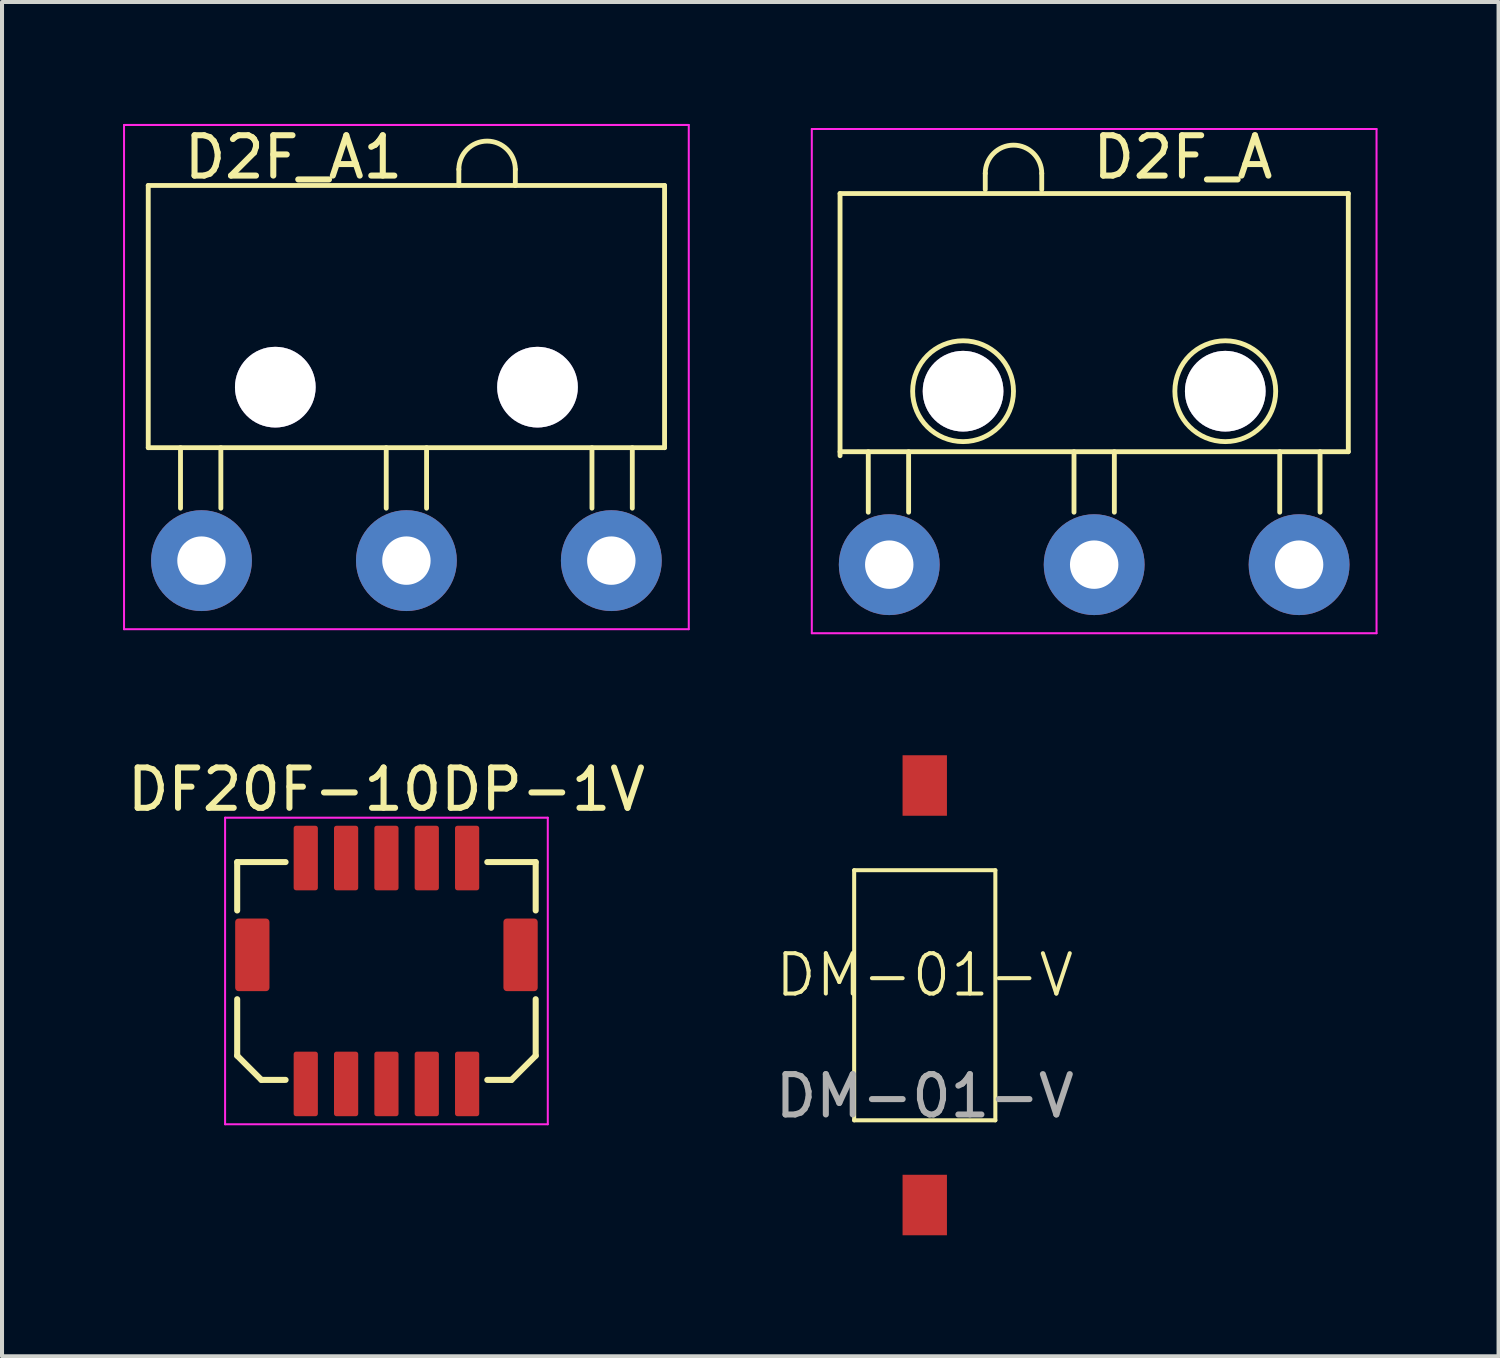
<source format=kicad_pcb>
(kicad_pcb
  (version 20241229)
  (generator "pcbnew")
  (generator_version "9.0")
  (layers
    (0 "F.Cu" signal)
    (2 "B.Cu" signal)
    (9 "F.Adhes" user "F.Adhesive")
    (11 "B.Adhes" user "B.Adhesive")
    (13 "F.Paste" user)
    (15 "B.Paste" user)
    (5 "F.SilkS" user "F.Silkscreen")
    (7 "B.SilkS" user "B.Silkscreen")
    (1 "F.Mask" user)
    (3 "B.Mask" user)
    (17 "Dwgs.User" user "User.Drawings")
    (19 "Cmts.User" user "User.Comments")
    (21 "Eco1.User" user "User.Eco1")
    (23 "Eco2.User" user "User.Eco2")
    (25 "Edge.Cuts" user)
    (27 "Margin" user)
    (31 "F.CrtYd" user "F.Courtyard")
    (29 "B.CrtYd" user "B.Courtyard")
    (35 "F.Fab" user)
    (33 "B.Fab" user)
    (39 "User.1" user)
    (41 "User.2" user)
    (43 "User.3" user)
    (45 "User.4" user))
  (footprint "D2F_A"
    (layer "F.Cu")
    (at 24.075 8.148)
    (property "Reference" "D2F_A" (at 2.2 -7.3 180) (layer "F.SilkS") (effects (font (size 1 1) (thickness 0.15))))
    (attr through_hole)
    (fp_line (start -6.3 -6.4) (end 6.3 -6.4) (stroke (width 0.12) (type solid)) (layer "F.SilkS"))
    (fp_line (start -6.3 0.1) (end -6.3 -6.4) (stroke (width 0.12) (type solid)) (layer "F.SilkS"))
    (fp_line (start -5.6 0) (end -5.6 1.5) (stroke (width 0.12) (type solid)) (layer "F.SilkS"))
    (fp_line (start -4.6 0) (end -4.6 1.5) (stroke (width 0.12) (type solid)) (layer "F.SilkS"))
    (fp_line (start -2.7 -6.9) (end -2.7 -6.5) (stroke (width 0.12) (type solid)) (layer "F.SilkS"))
    (fp_line (start -1.3 -6.9) (end -1.3 -6.5) (stroke (width 0.12) (type solid)) (layer "F.SilkS"))
    (fp_line (start -0.5 0) (end -0.5 1.5) (stroke (width 0.12) (type solid)) (layer "F.SilkS"))
    (fp_line (start 0.5 0) (end 0.5 1.5) (stroke (width 0.12) (type solid)) (layer "F.SilkS"))
    (fp_line (start 4.6 0) (end 4.6 1.5) (stroke (width 0.12) (type solid)) (layer "F.SilkS"))
    (fp_line (start 5.6 0) (end 5.6 1.5) (stroke (width 0.12) (type solid)) (layer "F.SilkS"))
    (fp_line (start 6.3 -6.4) (end 6.3 0) (stroke (width 0.12) (type solid)) (layer "F.SilkS"))
    (fp_line (start 6.3 0) (end -6.3 0) (stroke (width 0.12) (type solid)) (layer "F.SilkS"))
    (fp_arc (start -2.7 -6.9) (mid -2 -7.6) (end -1.3 -6.9) (stroke (width 0.12) (type solid)) (layer "F.SilkS"))
    (fp_circle (center -3.25 -1.5) (end -2 -1.5) (stroke (width 0.12) (type solid)) (fill no) (layer "F.SilkS"))
    (fp_circle (center 3.25 -1.5) (end 4.5 -1.5) (stroke (width 0.12) (type solid)) (fill no) (layer "F.SilkS"))
    (fp_line (start -7 -8) (end 7 -8) (stroke (width 0.05) (type solid)) (layer "F.CrtYd"))
    (fp_line (start -7 4.5) (end -7 -8) (stroke (width 0.05) (type solid)) (layer "F.CrtYd"))
    (fp_line (start 7 -8) (end 7 4.5) (stroke (width 0.05) (type solid)) (layer "F.CrtYd"))
    (fp_line (start 7 4.5) (end -7 4.5) (stroke (width 0.05) (type solid)) (layer "F.CrtYd"))
    (pad "" thru_hole circle (at -3.25 -1.5) (size 2 2) (drill 2) (layers "*.Cu" "*.Mask"))
    (pad "" thru_hole circle (at 3.25 -1.5) (size 2 2) (drill 2) (layers "*.Cu" "*.Mask"))
    (pad "1" thru_hole circle (at 5.08 2.8) (size 2.5 2.5) (drill 1.2) (layers "*.Cu" "*.Mask"))
    (pad "2" thru_hole circle (at -5.08 2.8) (size 2.5 2.5) (drill 1.2) (layers "*.Cu" "*.Mask"))
    (pad "3" thru_hole circle (at 0 2.8) (size 2.5 2.5) (drill 1.2) (layers "*.Cu" "*.Mask")))
  (footprint "DF20F-10DP-1V"
    (layer "F.Cu")
    (at 6.53 21.021)
    (property "Reference" "DF20F-10DP-1V" (at 0 -4.5 0) (layer "F.SilkS") (effects (font (size 1 1) (thickness 0.15))))
    (attr through_hole)
    (fp_line (start -3.7 -2.7) (end -3.7 -1.5) (stroke (width 0.15) (type solid)) (layer "F.SilkS"))
    (fp_line (start -3.7 -2.7) (end -2.5 -2.7) (stroke (width 0.15) (type solid)) (layer "F.SilkS"))
    (fp_line (start -3.7 2.1) (end -3.7 0.7) (stroke (width 0.15) (type solid)) (layer "F.SilkS"))
    (fp_line (start -3.1 2.7) (end -3.7 2.1) (stroke (width 0.15) (type solid)) (layer "F.SilkS"))
    (fp_line (start -3.1 2.7) (end -2.5 2.7) (stroke (width 0.15) (type solid)) (layer "F.SilkS"))
    (fp_line (start 3.1 2.7) (end 2.5 2.7) (stroke (width 0.15) (type solid)) (layer "F.SilkS"))
    (fp_line (start 3.1 2.7) (end 3.7 2.1) (stroke (width 0.15) (type solid)) (layer "F.SilkS"))
    (fp_line (start 3.7 -2.7) (end 2.5 -2.7) (stroke (width 0.15) (type solid)) (layer "F.SilkS"))
    (fp_line (start 3.7 -2.7) (end 3.7 -1.5) (stroke (width 0.15) (type solid)) (layer "F.SilkS"))
    (fp_line (start 3.7 2.1) (end 3.7 0.7) (stroke (width 0.15) (type solid)) (layer "F.SilkS"))
    (fp_line (start -4 -3.8) (end 4 -3.8) (stroke (width 0.05) (type solid)) (layer "F.CrtYd"))
    (fp_line (start -4 3.8) (end -4 -3.8) (stroke (width 0.05) (type solid)) (layer "F.CrtYd"))
    (fp_line (start 4 -3.8) (end 4 3.8) (stroke (width 0.05) (type solid)) (layer "F.CrtYd"))
    (fp_line (start 4 3.8) (end -4 3.8) (stroke (width 0.05) (type solid)) (layer "F.CrtYd"))
    (pad "1" smd roundrect (at -2 -2.8) (size 0.6 1.6) (layers "F.Cu" "F.Mask" "F.Paste") (roundrect_rratio 0.1))
    (pad "2" smd roundrect (at -2 2.8) (size 0.6 1.6) (layers "F.Cu" "F.Mask" "F.Paste") (roundrect_rratio 0.1))
    (pad "3" smd roundrect (at -1 -2.8) (size 0.6 1.6) (layers "F.Cu" "F.Mask" "F.Paste") (roundrect_rratio 0.1))
    (pad "4" smd roundrect (at -1 2.8) (size 0.6 1.6) (layers "F.Cu" "F.Mask" "F.Paste") (roundrect_rratio 0.1))
    (pad "5" smd roundrect (at 0 -2.8) (size 0.6 1.6) (layers "F.Cu" "F.Mask" "F.Paste") (roundrect_rratio 0.1))
    (pad "6" smd roundrect (at 0 2.8) (size 0.6 1.6) (layers "F.Cu" "F.Mask" "F.Paste") (roundrect_rratio 0.1))
    (pad "7" smd roundrect (at 1 -2.8) (size 0.6 1.6) (layers "F.Cu" "F.Mask" "F.Paste") (roundrect_rratio 0.1))
    (pad "8" smd roundrect (at 1 2.8) (size 0.6 1.6) (layers "F.Cu" "F.Mask" "F.Paste") (roundrect_rratio 0.1))
    (pad "9" smd roundrect (at 2 -2.8) (size 0.6 1.6) (layers "F.Cu" "F.Mask" "F.Paste") (roundrect_rratio 0.1))
    (pad "10" smd roundrect (at 2 2.8) (size 0.6 1.6) (layers "F.Cu" "F.Mask" "F.Paste") (roundrect_rratio 0.1))
    (pad "11" smd roundrect (at -3.325 -0.4) (size 0.85 1.8) (layers "F.Cu" "F.Mask" "F.Paste") (roundrect_rratio 0.1))
    (pad "11" smd roundrect (at 3.325 -0.4) (size 0.85 1.8) (layers "F.Cu" "F.Mask" "F.Paste") (roundrect_rratio 0.1)))
  (footprint "D2F_A1"
    (layer "F.Cu")
    (at 7.025 8.048)
    (property "Reference" "D2F_A1" (at -2.8 -7.2 0) (layer "F.SilkS") (effects (font (size 1 1) (thickness 0.15))))
    (attr through_hole)
    (fp_line (start -6.4 -6.5) (end 6.4 -6.5) (stroke (width 0.12) (type solid)) (layer "F.SilkS"))
    (fp_line (start -6.4 0) (end -6.4 -6.5) (stroke (width 0.12) (type solid)) (layer "F.SilkS"))
    (fp_line (start -5.6 0) (end -5.6 1.5) (stroke (width 0.12) (type solid)) (layer "F.SilkS"))
    (fp_line (start -4.6 0) (end -4.6 1.5) (stroke (width 0.12) (type solid)) (layer "F.SilkS"))
    (fp_line (start -0.5 0) (end -0.5 1.5) (stroke (width 0.12) (type solid)) (layer "F.SilkS"))
    (fp_line (start 0.5 0) (end 0.5 1.5) (stroke (width 0.12) (type solid)) (layer "F.SilkS"))
    (fp_line (start 1.3 -6.9) (end 1.3 -6.5) (stroke (width 0.12) (type solid)) (layer "F.SilkS"))
    (fp_line (start 2.7 -6.9) (end 2.7 -6.5) (stroke (width 0.12) (type solid)) (layer "F.SilkS"))
    (fp_line (start 4.6 0) (end 4.6 1.5) (stroke (width 0.12) (type solid)) (layer "F.SilkS"))
    (fp_line (start 5.6 0) (end 5.6 1.5) (stroke (width 0.12) (type solid)) (layer "F.SilkS"))
    (fp_line (start 6.4 -6.5) (end 6.4 0) (stroke (width 0.12) (type solid)) (layer "F.SilkS"))
    (fp_line (start 6.4 0) (end -6.4 0) (stroke (width 0.12) (type solid)) (layer "F.SilkS"))
    (fp_arc (start 1.3 -6.9) (mid 2 -7.6) (end 2.7 -6.9) (stroke (width 0.12) (type solid)) (layer "F.SilkS"))
    (fp_circle (center -3.25 -1.5) (end -2.45 -1.5) (stroke (width 0.12) (type solid)) (fill no) (layer "F.SilkS"))
    (fp_circle (center 3.25 -1.5) (end 4.05 -1.5) (stroke (width 0.12) (type solid)) (fill no) (layer "F.SilkS"))
    (fp_line (start -7 -8) (end 7 -8) (stroke (width 0.05) (type solid)) (layer "F.CrtYd"))
    (fp_line (start -7 4.5) (end -7 -8) (stroke (width 0.05) (type solid)) (layer "F.CrtYd"))
    (fp_line (start 7 -8) (end 7 4.5) (stroke (width 0.05) (type solid)) (layer "F.CrtYd"))
    (fp_line (start 7 4.5) (end -7 4.5) (stroke (width 0.05) (type solid)) (layer "F.CrtYd"))
    (pad "0" thru_hole circle (at -3.25 -1.5) (size 2 2) (drill 2) (layers "*.Cu" "*.Mask"))
    (pad "0" thru_hole circle (at 3.25 -1.5) (size 2 2) (drill 2) (layers "*.Cu" "*.Mask"))
    (pad "1" thru_hole circle (at -5.08 2.8) (size 2.5 2.5) (drill 1.2) (layers "*.Cu" "*.Mask"))
    (pad "2" thru_hole circle (at 5.08 2.8) (size 2.5 2.5) (drill 1.2) (layers "*.Cu" "*.Mask"))
    (pad "3" thru_hole circle (at 0 2.8) (size 2.5 2.5) (drill 1.2) (layers "*.Cu" "*.Mask")))
  (footprint "DM-01-V"
    (layer "F.Cu")
    (at 19.875 21.623)
    (property "Reference" "DM-01-V" (at 0 -0.5 0) (unlocked yes) (layer "F.SilkS") (effects (font (size 1 1) (thickness 0.1))))
    (attr smd)
    (fp_line (start -1.75 3.1) (end -1.75 -3.1) (stroke (width 0.1) (type default)) (layer "F.SilkS"))
    (fp_line (start -1.75 3.1) (end 1.75 3.1) (stroke (width 0.1) (type default)) (layer "F.SilkS"))
    (fp_line (start 1.75 -3.1) (end -1.75 -3.1) (stroke (width 0.1) (type default)) (layer "F.SilkS"))
    (fp_line (start 1.75 3.1) (end 1.75 -3.1) (stroke (width 0.1) (type default)) (layer "F.SilkS"))
    (fp_text user "${REFERENCE}" (at 0 2.5 0) (unlocked yes) (layer "F.Fab") (effects (font (size 1 1) (thickness 0.15))))
    (pad "1" smd rect (at 0 -5.2) (size 1.1 1.5) (layers "F.Cu" "F.Mask" "F.Paste"))
    (pad "2" smd rect (at 0 5.2) (size 1.1 1.5) (layers "F.Cu" "F.Mask" "F.Paste")))
  (gr_rect
    (start -3 -3)
    (end 34.1 30.573)
    (stroke (width 0.1) (type default))
    (fill no)
    (layer "Edge.Cuts")))
</source>
